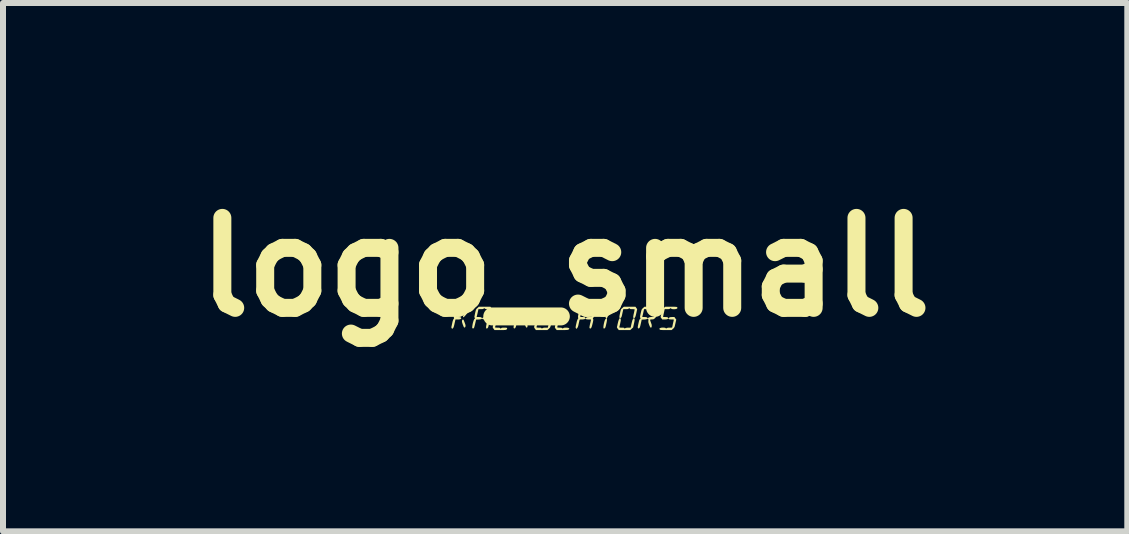
<source format=kicad_pcb>
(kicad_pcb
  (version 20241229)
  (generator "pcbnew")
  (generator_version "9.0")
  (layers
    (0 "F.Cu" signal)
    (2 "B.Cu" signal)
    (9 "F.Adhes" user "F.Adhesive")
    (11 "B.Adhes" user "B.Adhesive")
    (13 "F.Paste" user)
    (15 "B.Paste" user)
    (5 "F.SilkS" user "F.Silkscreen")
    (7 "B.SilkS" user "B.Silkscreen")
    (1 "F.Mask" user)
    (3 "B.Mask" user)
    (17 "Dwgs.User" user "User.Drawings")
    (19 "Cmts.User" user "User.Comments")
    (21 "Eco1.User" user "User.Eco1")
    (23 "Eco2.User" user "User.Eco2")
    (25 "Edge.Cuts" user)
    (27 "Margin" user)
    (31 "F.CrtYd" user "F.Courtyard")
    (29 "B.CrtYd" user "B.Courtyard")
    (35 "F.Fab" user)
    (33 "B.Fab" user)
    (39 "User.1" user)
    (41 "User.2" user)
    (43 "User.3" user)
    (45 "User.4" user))
  (footprint "logo_small"
    (layer "F.Cu")
    (at 6.371 1.404)
    (property "Reference" "logo_small" (at 0 0 0) (layer "F.SilkS") (effects (font (size 1.5 1.5) (thickness 0.3))))
    (attr board_only exclude_from_pos_files exclude_from_bom)
    (fp_poly (pts (xy -0.661 0.875) (xy -0.653 0.888) (xy -0.639 0.924) (xy -0.63 0.953) (xy -0.626 0.975) (xy -0.627 0.989) (xy -0.632 1.003) (xy -0.64 1.008) (xy -0.649 1.004) (xy -0.657 0.991) (xy -0.671 0.955) (xy -0.68 0.927) (xy -0.684 0.905) (xy -0.683 0.891) (xy -0.678 0.876) (xy -0.67 0.871)) (stroke (width 0) (type solid)) (fill yes) (layer "F.SilkS"))
    (fp_poly (pts (xy -0.566 0.705) (xy -0.567 0.716) (xy -0.567 0.719) (xy -0.572 0.732) (xy -0.583 0.75) (xy -0.601 0.773) (xy -0.611 0.787) (xy -0.633 0.812) (xy -0.649 0.828) (xy -0.66 0.836) (xy -0.667 0.836) (xy -0.668 0.827) (xy -0.667 0.818) (xy -0.663 0.805) (xy -0.653 0.789) (xy -0.64 0.77) (xy -0.624 0.75) (xy -0.609 0.731) (xy -0.594 0.715) (xy -0.582 0.705) (xy -0.575 0.701) (xy -0.568 0.701)) (stroke (width 0) (type solid)) (fill yes) (layer "F.SilkS"))
    (fp_poly (pts (xy -1.602 0.701) (xy -1.6 0.706) (xy -1.602 0.718) (xy -1.604 0.726) (xy -1.606 0.732) (xy -1.61 0.739) (xy -1.616 0.748) (xy -1.626 0.761) (xy -1.64 0.778) (xy -1.654 0.795) (xy -1.673 0.817) (xy -1.687 0.83) (xy -1.697 0.836) (xy -1.701 0.833) (xy -1.702 0.823) (xy -1.702 0.817) (xy -1.697 0.805) (xy -1.688 0.788) (xy -1.675 0.769) (xy -1.66 0.749) (xy -1.645 0.73) (xy -1.63 0.715) (xy -1.617 0.704) (xy -1.609 0.7)) (stroke (width 0) (type solid)) (fill yes) (layer "F.SilkS"))
    (fp_poly (pts (xy -1.7 0.873) (xy -1.695 0.877) (xy -1.689 0.887) (xy -1.683 0.903) (xy -1.676 0.921) (xy -1.667 0.945) (xy -1.662 0.962) (xy -1.66 0.974) (xy -1.661 0.984) (xy -1.661 0.988) (xy -1.668 1.002) (xy -1.676 1.007) (xy -1.681 1.006) (xy -1.686 1.002) (xy -1.692 0.992) (xy -1.698 0.975) (xy -1.705 0.959) (xy -1.713 0.934) (xy -1.718 0.917) (xy -1.72 0.904) (xy -1.719 0.893) (xy -1.719 0.892) (xy -1.714 0.878) (xy -1.705 0.873) (xy -1.705 0.873)) (stroke (width 0) (type solid)) (fill yes) (layer "F.SilkS"))
    (fp_poly (pts (xy -0.763 0.688) (xy -0.762 0.692) (xy -0.759 0.698) (xy -0.759 0.707) (xy -0.761 0.721) (xy -0.764 0.741) (xy -0.77 0.767) (xy -0.785 0.831) (xy -0.748 0.831) (xy -0.728 0.832) (xy -0.715 0.834) (xy -0.707 0.838) (xy -0.703 0.841) (xy -0.697 0.849) (xy -0.698 0.855) (xy -0.703 0.861) (xy -0.709 0.867) (xy -0.72 0.87) (xy -0.735 0.872) (xy -0.753 0.873) (xy -0.794 0.874) (xy -0.809 0.941) (xy -0.816 0.972) (xy -0.822 0.994) (xy -0.828 1.008) (xy -0.833 1.015) (xy -0.834 1.016) (xy -0.844 1.022) (xy -0.851 1.021) (xy -0.857 1.015) (xy -0.859 1.006) (xy -0.858 0.99) (xy -0.855 0.969) (xy -0.85 0.945) (xy -0.844 0.921) (xy -0.838 0.898) (xy -0.831 0.879) (xy -0.824 0.866) (xy -0.822 0.864) (xy -0.814 0.855) (xy -0.813 0.849) (xy -0.817 0.843) (xy -0.82 0.838) (xy -0.822 0.832) (xy -0.821 0.823) (xy -0.819 0.809) (xy -0.815 0.788) (xy -0.81 0.768) (xy -0.802 0.736) (xy -0.795 0.712) (xy -0.789 0.697) (xy -0.785 0.692) (xy -0.775 0.683) (xy -0.769 0.682)) (stroke (width 0) (type solid)) (fill yes) (layer "F.SilkS"))
    (fp_poly (pts (xy -1.804 0.684) (xy -1.798 0.69) (xy -1.795 0.695) (xy -1.793 0.701) (xy -1.794 0.71) (xy -1.796 0.723) (xy -1.8 0.744) (xy -1.804 0.762) (xy -1.81 0.786) (xy -1.814 0.806) (xy -1.817 0.82) (xy -1.819 0.827) (xy -1.819 0.828) (xy -1.814 0.829) (xy -1.802 0.831) (xy -1.785 0.831) (xy -1.781 0.831) (xy -1.762 0.832) (xy -1.749 0.833) (xy -1.742 0.836) (xy -1.736 0.842) (xy -1.736 0.843) (xy -1.731 0.851) (xy -1.733 0.857) (xy -1.74 0.863) (xy -1.749 0.868) (xy -1.764 0.871) (xy -1.786 0.872) (xy -1.79 0.872) (xy -1.828 0.872) (xy -1.839 0.921) (xy -1.846 0.952) (xy -1.851 0.974) (xy -1.856 0.99) (xy -1.859 1.001) (xy -1.863 1.008) (xy -1.868 1.014) (xy -1.871 1.017) (xy -1.883 1.029) (xy -1.891 1.018) (xy -1.896 1.006) (xy -1.895 0.99) (xy -1.894 0.989) (xy -1.891 0.975) (xy -1.887 0.956) (xy -1.882 0.933) (xy -1.88 0.922) (xy -1.873 0.895) (xy -1.865 0.874) (xy -1.859 0.864) (xy -1.852 0.854) (xy -1.852 0.845) (xy -1.854 0.842) (xy -1.856 0.835) (xy -1.856 0.824) (xy -1.853 0.807) (xy -1.849 0.783) (xy -1.845 0.765) (xy -1.838 0.737) (xy -1.833 0.717) (xy -1.828 0.703) (xy -1.823 0.695) (xy -1.818 0.69) (xy -1.81 0.684)) (stroke (width 0) (type solid)) (fill yes) (layer "F.SilkS"))
    (fp_poly (pts (xy -0.073 0.688) (xy -0.071 0.692) (xy -0.07 0.702) (xy -0.071 0.719) (xy -0.074 0.742) (xy -0.079 0.767) (xy -0.085 0.792) (xy -0.092 0.814) (xy -0.099 0.832) (xy -0.105 0.843) (xy -0.106 0.844) (xy -0.113 0.853) (xy -0.113 0.861) (xy -0.11 0.866) (xy -0.108 0.872) (xy -0.107 0.88) (xy -0.109 0.894) (xy -0.112 0.913) (xy -0.118 0.938) (xy -0.123 0.962) (xy -0.127 0.982) (xy -0.13 0.997) (xy -0.131 1.004) (xy -0.131 1.004) (xy -0.126 1.006) (xy -0.114 1.007) (xy -0.097 1.008) (xy -0.095 1.008) (xy -0.073 1.009) (xy -0.058 1.011) (xy -0.05 1.016) (xy -0.042 1.022) (xy -0.036 1.02) (xy -0.031 1.016) (xy -0.02 1.011) (xy -0.004 1.008) (xy 0.016 1.008) (xy 0.036 1.009) (xy 0.054 1.012) (xy 0.065 1.017) (xy 0.067 1.019) (xy 0.07 1.027) (xy 0.065 1.034) (xy 0.06 1.038) (xy 0.055 1.042) (xy 0.049 1.044) (xy 0.039 1.046) (xy 0.025 1.047) (xy 0.005 1.048) (xy -0.022 1.048) (xy -0.046 1.048) (xy -0.14 1.048) (xy -0.156 1.029) (xy -0.165 1.017) (xy -0.17 1.006) (xy -0.171 1.003) (xy -0.17 0.995) (xy -0.167 0.98) (xy -0.162 0.959) (xy -0.157 0.935) (xy -0.157 0.934) (xy -0.15 0.906) (xy -0.144 0.886) (xy -0.139 0.873) (xy -0.134 0.865) (xy -0.131 0.862) (xy -0.123 0.855) (xy -0.122 0.849) (xy -0.127 0.843) (xy -0.13 0.839) (xy -0.131 0.833) (xy -0.131 0.824) (xy -0.129 0.81) (xy -0.125 0.79) (xy -0.12 0.768) (xy -0.112 0.736) (xy -0.105 0.712) (xy -0.098 0.697) (xy -0.095 0.692) (xy -0.085 0.683) (xy -0.079 0.682)) (stroke (width 0) (type solid)) (fill yes) (layer "F.SilkS"))
    (fp_poly (pts (xy 0.762 0.66) (xy 0.787 0.661) (xy 0.805 0.661) (xy 0.818 0.662) (xy 0.825 0.664) (xy 0.83 0.667) (xy 0.833 0.669) (xy 0.838 0.676) (xy 0.837 0.682) (xy 0.83 0.689) (xy 0.822 0.695) (xy 0.812 0.699) (xy 0.798 0.7) (xy 0.78 0.7) (xy 0.76 0.701) (xy 0.748 0.702) (xy 0.742 0.704) (xy 0.739 0.709) (xy 0.738 0.712) (xy 0.736 0.721) (xy 0.732 0.738) (xy 0.727 0.759) (xy 0.723 0.778) (xy 0.716 0.809) (xy 0.708 0.83) (xy 0.701 0.843) (xy 0.7 0.844) (xy 0.693 0.854) (xy 0.693 0.86) (xy 0.695 0.864) (xy 0.698 0.869) (xy 0.698 0.877) (xy 0.697 0.889) (xy 0.694 0.908) (xy 0.689 0.934) (xy 0.687 0.94) (xy 0.681 0.968) (xy 0.676 0.988) (xy 0.672 1.002) (xy 0.667 1.01) (xy 0.662 1.016) (xy 0.66 1.018) (xy 0.65 1.024) (xy 0.645 1.024) (xy 0.641 1.016) (xy 0.64 1.016) (xy 0.638 1.004) (xy 0.639 0.986) (xy 0.642 0.963) (xy 0.647 0.938) (xy 0.653 0.913) (xy 0.66 0.891) (xy 0.667 0.874) (xy 0.674 0.865) (xy 0.682 0.857) (xy 0.682 0.851) (xy 0.678 0.844) (xy 0.675 0.838) (xy 0.674 0.831) (xy 0.675 0.819) (xy 0.678 0.802) (xy 0.682 0.783) (xy 0.688 0.76) (xy 0.692 0.739) (xy 0.696 0.723) (xy 0.697 0.717) (xy 0.7 0.7) (xy 0.663 0.7) (xy 0.643 0.7) (xy 0.63 0.698) (xy 0.621 0.694) (xy 0.617 0.69) (xy 0.612 0.683) (xy 0.613 0.678) (xy 0.62 0.67) (xy 0.625 0.667) (xy 0.631 0.664) (xy 0.64 0.663) (xy 0.653 0.661) (xy 0.672 0.661) (xy 0.698 0.66) (xy 0.729 0.66)) (stroke (width 0) (type solid)) (fill yes) (layer "F.SilkS"))
    (fp_poly (pts (xy -1.114 0.684) (xy -1.108 0.69) (xy -1.105 0.695) (xy -1.103 0.7) (xy -1.103 0.709) (xy -1.105 0.723) (xy -1.109 0.742) (xy -1.115 0.767) (xy -1.121 0.795) (xy -1.127 0.815) (xy -1.131 0.829) (xy -1.136 0.837) (xy -1.142 0.843) (xy -1.142 0.843) (xy -1.15 0.85) (xy -1.151 0.856) (xy -1.146 0.862) (xy -1.143 0.866) (xy -1.141 0.872) (xy -1.141 0.881) (xy -1.143 0.895) (xy -1.148 0.915) (xy -1.151 0.931) (xy -1.156 0.954) (xy -1.161 0.975) (xy -1.165 0.991) (xy -1.167 0.999) (xy -1.167 1.003) (xy -1.164 1.006) (xy -1.155 1.007) (xy -1.138 1.008) (xy -1.129 1.008) (xy -1.107 1.008) (xy -1.094 1.01) (xy -1.087 1.013) (xy -1.085 1.015) (xy -1.079 1.022) (xy -1.076 1.023) (xy -1.067 1.019) (xy -1.063 1.015) (xy -1.057 1.011) (xy -1.044 1.009) (xy -1.024 1.008) (xy -1.015 1.008) (xy -0.994 1.008) (xy -0.98 1.009) (xy -0.973 1.012) (xy -0.968 1.016) (xy -0.968 1.017) (xy -0.966 1.026) (xy -0.972 1.035) (xy -0.974 1.037) (xy -0.979 1.041) (xy -0.984 1.044) (xy -0.992 1.046) (xy -1.003 1.047) (xy -1.02 1.048) (xy -1.044 1.048) (xy -1.077 1.048) (xy -1.081 1.048) (xy -1.177 1.048) (xy -1.193 1.027) (xy -1.202 1.014) (xy -1.207 1.002) (xy -1.207 0.998) (xy -1.205 0.99) (xy -1.201 0.975) (xy -1.197 0.954) (xy -1.192 0.932) (xy -1.184 0.901) (xy -1.177 0.879) (xy -1.17 0.865) (xy -1.169 0.864) (xy -1.162 0.854) (xy -1.162 0.845) (xy -1.164 0.841) (xy -1.165 0.83) (xy -1.164 0.811) (xy -1.161 0.788) (xy -1.155 0.763) (xy -1.149 0.738) (xy -1.142 0.716) (xy -1.135 0.699) (xy -1.128 0.69) (xy -1.128 0.69) (xy -1.119 0.684)) (stroke (width 0) (type solid)) (fill yes) (layer "F.SilkS"))
    (fp_poly (pts (xy -0.187 0.689) (xy -0.186 0.692) (xy -0.184 0.704) (xy -0.185 0.722) (xy -0.189 0.745) (xy -0.194 0.77) (xy -0.2 0.795) (xy -0.207 0.817) (xy -0.214 0.834) (xy -0.22 0.842) (xy -0.227 0.85) (xy -0.228 0.857) (xy -0.224 0.863) (xy -0.222 0.869) (xy -0.221 0.876) (xy -0.222 0.888) (xy -0.224 0.904) (xy -0.229 0.928) (xy -0.232 0.94) (xy -0.238 0.966) (xy -0.243 0.985) (xy -0.247 0.998) (xy -0.252 1.007) (xy -0.259 1.015) (xy -0.268 1.024) (xy -0.271 1.027) (xy -0.295 1.048) (xy -0.391 1.048) (xy -0.487 1.048) (xy -0.503 1.027) (xy -0.512 1.014) (xy -0.516 1.002) (xy -0.517 0.998) (xy -0.515 0.99) (xy -0.511 0.975) (xy -0.506 0.954) (xy -0.501 0.932) (xy -0.494 0.901) (xy -0.486 0.879) (xy -0.48 0.865) (xy -0.478 0.864) (xy -0.472 0.854) (xy -0.472 0.845) (xy -0.474 0.841) (xy -0.475 0.83) (xy -0.474 0.811) (xy -0.47 0.788) (xy -0.465 0.763) (xy -0.458 0.738) (xy -0.451 0.716) (xy -0.444 0.699) (xy -0.438 0.69) (xy -0.438 0.69) (xy -0.429 0.684) (xy -0.423 0.684) (xy -0.418 0.69) (xy -0.414 0.695) (xy -0.413 0.7) (xy -0.413 0.709) (xy -0.415 0.723) (xy -0.419 0.742) (xy -0.424 0.767) (xy -0.431 0.795) (xy -0.436 0.815) (xy -0.441 0.829) (xy -0.446 0.837) (xy -0.451 0.843) (xy -0.452 0.843) (xy -0.46 0.85) (xy -0.46 0.856) (xy -0.456 0.862) (xy -0.452 0.866) (xy -0.451 0.872) (xy -0.451 0.881) (xy -0.453 0.895) (xy -0.457 0.915) (xy -0.461 0.931) (xy -0.466 0.954) (xy -0.471 0.975) (xy -0.475 0.991) (xy -0.477 0.999) (xy -0.477 1.003) (xy -0.474 1.006) (xy -0.464 1.007) (xy -0.448 1.008) (xy -0.439 1.008) (xy -0.418 1.008) (xy -0.404 1.01) (xy -0.397 1.013) (xy -0.394 1.016) (xy -0.39 1.022) (xy -0.384 1.021) (xy -0.376 1.016) (xy -0.363 1.011) (xy -0.344 1.008) (xy -0.326 1.008) (xy -0.288 1.008) (xy -0.277 0.959) (xy -0.27 0.928) (xy -0.265 0.906) (xy -0.261 0.89) (xy -0.257 0.88) (xy -0.253 0.872) (xy -0.249 0.867) (xy -0.247 0.864) (xy -0.24 0.855) (xy -0.24 0.847) (xy -0.242 0.843) (xy -0.245 0.837) (xy -0.245 0.828) (xy -0.244 0.815) (xy -0.24 0.795) (xy -0.235 0.768) (xy -0.235 0.768) (xy -0.228 0.739) (xy -0.223 0.718) (xy -0.218 0.704) (xy -0.213 0.695) (xy -0.207 0.689) (xy -0.201 0.685) (xy -0.193 0.683)) (stroke (width 0) (type solid)) (fill yes) (layer "F.SilkS"))
    (fp_poly (pts (xy 1.8 0.66) (xy 1.825 0.66) (xy 1.843 0.661) (xy 1.855 0.662) (xy 1.862 0.664) (xy 1.866 0.666) (xy 1.869 0.669) (xy 1.87 0.671) (xy 1.873 0.68) (xy 1.869 0.687) (xy 1.864 0.691) (xy 1.851 0.697) (xy 1.833 0.7) (xy 1.813 0.701) (xy 1.794 0.7) (xy 1.778 0.697) (xy 1.768 0.691) (xy 1.768 0.691) (xy 1.763 0.684) (xy 1.758 0.684) (xy 1.749 0.691) (xy 1.749 0.691) (xy 1.74 0.696) (xy 1.727 0.699) (xy 1.709 0.7) (xy 1.699 0.7) (xy 1.66 0.7) (xy 1.648 0.755) (xy 1.643 0.778) (xy 1.639 0.798) (xy 1.636 0.814) (xy 1.634 0.82) (xy 1.633 0.826) (xy 1.635 0.829) (xy 1.643 0.831) (xy 1.657 0.831) (xy 1.669 0.831) (xy 1.689 0.832) (xy 1.701 0.833) (xy 1.709 0.836) (xy 1.714 0.842) (xy 1.715 0.843) (xy 1.722 0.854) (xy 1.734 0.843) (xy 1.742 0.837) (xy 1.752 0.833) (xy 1.766 0.832) (xy 1.784 0.831) (xy 1.822 0.831) (xy 1.837 0.853) (xy 1.853 0.874) (xy 1.838 0.94) (xy 1.832 0.966) (xy 1.828 0.985) (xy 1.823 0.998) (xy 1.818 1.007) (xy 1.812 1.015) (xy 1.803 1.024) (xy 1.8 1.026) (xy 1.776 1.048) (xy 1.68 1.048) (xy 1.646 1.048) (xy 1.622 1.048) (xy 1.604 1.047) (xy 1.592 1.046) (xy 1.585 1.044) (xy 1.58 1.042) (xy 1.577 1.038) (xy 1.576 1.037) (xy 1.571 1.028) (xy 1.574 1.022) (xy 1.58 1.016) (xy 1.592 1.012) (xy 1.609 1.008) (xy 1.629 1.007) (xy 1.648 1.008) (xy 1.665 1.01) (xy 1.675 1.014) (xy 1.677 1.016) (xy 1.681 1.022) (xy 1.687 1.021) (xy 1.695 1.016) (xy 1.707 1.011) (xy 1.726 1.008) (xy 1.746 1.008) (xy 1.764 1.008) (xy 1.777 1.007) (xy 1.784 1.006) (xy 1.784 1.006) (xy 1.785 1) (xy 1.788 0.987) (xy 1.792 0.969) (xy 1.796 0.948) (xy 1.801 0.926) (xy 1.806 0.906) (xy 1.809 0.891) (xy 1.812 0.881) (xy 1.812 0.881) (xy 1.812 0.876) (xy 1.809 0.873) (xy 1.8 0.872) (xy 1.783 0.872) (xy 1.774 0.872) (xy 1.753 0.871) (xy 1.74 0.87) (xy 1.732 0.867) (xy 1.729 0.863) (xy 1.725 0.858) (xy 1.72 0.858) (xy 1.711 0.863) (xy 1.7 0.868) (xy 1.682 0.871) (xy 1.659 0.872) (xy 1.619 0.872) (xy 1.605 0.852) (xy 1.591 0.832) (xy 1.605 0.77) (xy 1.611 0.746) (xy 1.615 0.725) (xy 1.619 0.71) (xy 1.622 0.702) (xy 1.622 0.702) (xy 1.627 0.696) (xy 1.638 0.686) (xy 1.647 0.678) (xy 1.669 0.66) (xy 1.766 0.66)) (stroke (width 0) (type solid)) (fill yes) (layer "F.SilkS"))
    (fp_poly (pts (xy 1.187 0.68) (xy 1.201 0.7) (xy 1.187 0.766) (xy 1.18 0.795) (xy 1.175 0.815) (xy 1.169 0.829) (xy 1.164 0.839) (xy 1.161 0.842) (xy 1.153 0.851) (xy 1.152 0.858) (xy 1.156 0.864) (xy 1.158 0.869) (xy 1.159 0.877) (xy 1.158 0.889) (xy 1.155 0.906) (xy 1.15 0.931) (xy 1.148 0.94) (xy 1.134 1.005) (xy 1.11 1.026) (xy 1.086 1.048) (xy 0.99 1.048) (xy 0.894 1.048) (xy 0.878 1.027) (xy 0.869 1.014) (xy 0.864 1.002) (xy 0.864 1.002) (xy 0.904 1.002) (xy 0.906 1.005) (xy 0.912 1.007) (xy 0.926 1.008) (xy 0.942 1.008) (xy 0.964 1.008) (xy 0.977 1.01) (xy 0.984 1.013) (xy 0.986 1.015) (xy 0.99 1.022) (xy 0.997 1.021) (xy 1.006 1.015) (xy 1.018 1.011) (xy 1.04 1.008) (xy 1.054 1.008) (xy 1.093 1.008) (xy 1.103 0.959) (xy 1.11 0.928) (xy 1.116 0.906) (xy 1.12 0.89) (xy 1.123 0.88) (xy 1.127 0.872) (xy 1.131 0.867) (xy 1.134 0.864) (xy 1.141 0.855) (xy 1.141 0.847) (xy 1.138 0.843) (xy 1.136 0.837) (xy 1.135 0.828) (xy 1.137 0.815) (xy 1.14 0.795) (xy 1.146 0.77) (xy 1.151 0.746) (xy 1.155 0.726) (xy 1.158 0.711) (xy 1.159 0.704) (xy 1.159 0.704) (xy 1.154 0.702) (xy 1.142 0.701) (xy 1.125 0.7) (xy 1.121 0.7) (xy 1.101 0.7) (xy 1.089 0.698) (xy 1.081 0.695) (xy 1.077 0.691) (xy 1.073 0.684) (xy 1.068 0.684) (xy 1.059 0.691) (xy 1.059 0.691) (xy 1.05 0.696) (xy 1.037 0.699) (xy 1.019 0.7) (xy 1.008 0.7) (xy 0.97 0.7) (xy 0.955 0.768) (xy 0.949 0.797) (xy 0.944 0.817) (xy 0.939 0.83) (xy 0.935 0.838) (xy 0.93 0.843) (xy 0.929 0.844) (xy 0.921 0.85) (xy 0.921 0.857) (xy 0.924 0.863) (xy 0.927 0.868) (xy 0.928 0.875) (xy 0.928 0.884) (xy 0.926 0.898) (xy 0.922 0.918) (xy 0.917 0.944) (xy 0.909 0.978) (xy 0.904 0.996) (xy 0.904 1.002) (xy 0.864 1.002) (xy 0.864 0.998) (xy 0.866 0.99) (xy 0.87 0.975) (xy 0.874 0.954) (xy 0.879 0.932) (xy 0.887 0.9) (xy 0.895 0.877) (xy 0.902 0.864) (xy 0.902 0.864) (xy 0.909 0.854) (xy 0.909 0.846) (xy 0.907 0.842) (xy 0.905 0.835) (xy 0.905 0.825) (xy 0.907 0.809) (xy 0.911 0.787) (xy 0.915 0.769) (xy 0.92 0.745) (xy 0.925 0.725) (xy 0.929 0.71) (xy 0.931 0.702) (xy 0.932 0.702) (xy 0.937 0.696) (xy 0.948 0.686) (xy 0.957 0.678) (xy 0.978 0.66) (xy 1.076 0.66) (xy 1.173 0.66)) (stroke (width 0) (type solid)) (fill yes) (layer "F.SilkS"))
    (fp_poly (pts (xy 1.531 0.68) (xy 1.547 0.699) (xy 1.532 0.767) (xy 1.525 0.794) (xy 1.52 0.813) (xy 1.516 0.826) (xy 1.511 0.836) (xy 1.505 0.843) (xy 1.497 0.851) (xy 1.495 0.853) (xy 1.481 0.864) (xy 1.47 0.869) (xy 1.456 0.871) (xy 1.445 0.871) (xy 1.426 0.873) (xy 1.417 0.875) (xy 1.416 0.878) (xy 1.418 0.886) (xy 1.422 0.9) (xy 1.429 0.918) (xy 1.431 0.925) (xy 1.439 0.947) (xy 1.444 0.964) (xy 1.444 0.978) (xy 1.444 0.986) (xy 1.441 1) (xy 1.436 1.006) (xy 1.429 1.008) (xy 1.424 1.006) (xy 1.419 1.001) (xy 1.413 0.99) (xy 1.405 0.972) (xy 1.401 0.962) (xy 1.393 0.938) (xy 1.388 0.92) (xy 1.387 0.906) (xy 1.388 0.893) (xy 1.388 0.892) (xy 1.389 0.875) (xy 1.386 0.865) (xy 1.383 0.862) (xy 1.376 0.858) (xy 1.368 0.862) (xy 1.367 0.863) (xy 1.356 0.868) (xy 1.339 0.871) (xy 1.317 0.873) (xy 1.277 0.874) (xy 1.262 0.941) (xy 1.255 0.972) (xy 1.249 0.994) (xy 1.243 1.008) (xy 1.238 1.015) (xy 1.237 1.016) (xy 1.227 1.022) (xy 1.22 1.021) (xy 1.214 1.015) (xy 1.212 1.01) (xy 1.211 1.002) (xy 1.212 0.989) (xy 1.216 0.97) (xy 1.221 0.943) (xy 1.222 0.941) (xy 1.228 0.913) (xy 1.233 0.893) (xy 1.238 0.879) (xy 1.243 0.87) (xy 1.248 0.864) (xy 1.249 0.863) (xy 1.258 0.856) (xy 1.259 0.85) (xy 1.254 0.843) (xy 1.25 0.839) (xy 1.249 0.833) (xy 1.249 0.831) (xy 1.286 0.831) (xy 1.322 0.831) (xy 1.343 0.832) (xy 1.356 0.834) (xy 1.364 0.838) (xy 1.368 0.841) (xy 1.374 0.848) (xy 1.38 0.848) (xy 1.389 0.843) (xy 1.391 0.842) (xy 1.403 0.835) (xy 1.422 0.832) (xy 1.441 0.83) (xy 1.478 0.829) (xy 1.489 0.778) (xy 1.494 0.756) (xy 1.498 0.735) (xy 1.502 0.72) (xy 1.503 0.714) (xy 1.507 0.7) (xy 1.467 0.7) (xy 1.446 0.7) (xy 1.432 0.698) (xy 1.426 0.695) (xy 1.424 0.693) (xy 1.418 0.686) (xy 1.414 0.685) (xy 1.405 0.689) (xy 1.401 0.693) (xy 1.394 0.697) (xy 1.381 0.699) (xy 1.359 0.7) (xy 1.355 0.7) (xy 1.316 0.7) (xy 1.305 0.75) (xy 1.3 0.773) (xy 1.295 0.794) (xy 1.291 0.81) (xy 1.29 0.815) (xy 1.286 0.831) (xy 1.249 0.831) (xy 1.249 0.825) (xy 1.251 0.812) (xy 1.255 0.792) (xy 1.26 0.768) (xy 1.266 0.742) (xy 1.271 0.723) (xy 1.275 0.71) (xy 1.28 0.701) (xy 1.287 0.693) (xy 1.295 0.684) (xy 1.299 0.681) (xy 1.322 0.66) (xy 1.419 0.66) (xy 1.516 0.66)) (stroke (width 0) (type solid)) (fill yes) (layer "F.SilkS"))
    (fp_poly (pts (xy -1.23 0.68) (xy -1.215 0.699) (xy -1.229 0.766) (xy -1.237 0.798) (xy -1.243 0.821) (xy -1.249 0.836) (xy -1.255 0.844) (xy -1.262 0.854) (xy -1.262 0.86) (xy -1.26 0.864) (xy -1.257 0.869) (xy -1.257 0.877) (xy -1.258 0.89) (xy -1.262 0.91) (xy -1.267 0.937) (xy -1.268 0.94) (xy -1.274 0.968) (xy -1.279 0.988) (xy -1.283 1.001) (xy -1.288 1.01) (xy -1.293 1.016) (xy -1.295 1.018) (xy -1.305 1.024) (xy -1.31 1.024) (xy -1.315 1.016) (xy -1.315 1.015) (xy -1.318 1.009) (xy -1.318 1) (xy -1.317 0.988) (xy -1.314 0.97) (xy -1.309 0.944) (xy -1.308 0.941) (xy -1.303 0.917) (xy -1.299 0.897) (xy -1.296 0.883) (xy -1.295 0.876) (xy -1.295 0.875) (xy -1.3 0.874) (xy -1.312 0.872) (xy -1.329 0.872) (xy -1.331 0.872) (xy -1.353 0.871) (xy -1.368 0.868) (xy -1.376 0.863) (xy -1.384 0.858) (xy -1.39 0.86) (xy -1.395 0.863) (xy -1.405 0.868) (xy -1.422 0.871) (xy -1.444 0.873) (xy -1.484 0.874) (xy -1.499 0.94) (xy -1.505 0.965) (xy -1.511 0.988) (xy -1.516 1.004) (xy -1.52 1.014) (xy -1.521 1.015) (xy -1.532 1.022) (xy -1.542 1.02) (xy -1.547 1.015) (xy -1.549 1.006) (xy -1.548 0.99) (xy -1.545 0.969) (xy -1.541 0.945) (xy -1.535 0.921) (xy -1.528 0.898) (xy -1.521 0.879) (xy -1.514 0.866) (xy -1.512 0.864) (xy -1.504 0.855) (xy -1.503 0.849) (xy -1.507 0.843) (xy -1.51 0.838) (xy -1.512 0.832) (xy -1.512 0.831) (xy -1.476 0.831) (xy -1.439 0.831) (xy -1.419 0.832) (xy -1.406 0.834) (xy -1.397 0.838) (xy -1.393 0.841) (xy -1.387 0.848) (xy -1.381 0.848) (xy -1.372 0.843) (xy -1.371 0.842) (xy -1.358 0.835) (xy -1.339 0.832) (xy -1.32 0.83) (xy -1.283 0.829) (xy -1.271 0.776) (xy -1.266 0.753) (xy -1.262 0.733) (xy -1.258 0.718) (xy -1.257 0.712) (xy -1.256 0.706) (xy -1.258 0.703) (xy -1.266 0.701) (xy -1.28 0.7) (xy -1.292 0.7) (xy -1.314 0.7) (xy -1.328 0.697) (xy -1.335 0.693) (xy -1.344 0.686) (xy -1.348 0.685) (xy -1.356 0.689) (xy -1.36 0.693) (xy -1.367 0.697) (xy -1.381 0.699) (xy -1.402 0.7) (xy -1.406 0.7) (xy -1.445 0.7) (xy -1.456 0.75) (xy -1.461 0.773) (xy -1.466 0.794) (xy -1.47 0.81) (xy -1.471 0.815) (xy -1.476 0.831) (xy -1.512 0.831) (xy -1.512 0.823) (xy -1.509 0.809) (xy -1.505 0.788) (xy -1.501 0.768) (xy -1.495 0.742) (xy -1.49 0.723) (xy -1.486 0.71) (xy -1.481 0.701) (xy -1.475 0.693) (xy -1.466 0.685) (xy -1.462 0.682) (xy -1.439 0.66) (xy -1.342 0.66) (xy -1.245 0.66)) (stroke (width 0) (type solid)) (fill yes) (layer "F.SilkS"))
    (fp_poly (pts (xy 0.496 0.68) (xy 0.511 0.701) (xy 0.497 0.766) (xy 0.49 0.795) (xy 0.484 0.816) (xy 0.479 0.83) (xy 0.473 0.839) (xy 0.471 0.842) (xy 0.463 0.85) (xy 0.463 0.857) (xy 0.466 0.863) (xy 0.469 0.869) (xy 0.47 0.876) (xy 0.469 0.888) (xy 0.466 0.904) (xy 0.461 0.928) (xy 0.458 0.939) (xy 0.449 0.975) (xy 0.441 1) (xy 0.432 1.016) (xy 0.424 1.023) (xy 0.415 1.022) (xy 0.408 1.016) (xy 0.406 1.01) (xy 0.406 1.001) (xy 0.408 0.986) (xy 0.412 0.964) (xy 0.415 0.949) (xy 0.421 0.925) (xy 0.426 0.904) (xy 0.429 0.888) (xy 0.431 0.881) (xy 0.432 0.876) (xy 0.428 0.873) (xy 0.419 0.872) (xy 0.402 0.872) (xy 0.394 0.872) (xy 0.372 0.871) (xy 0.359 0.87) (xy 0.352 0.867) (xy 0.348 0.863) (xy 0.344 0.858) (xy 0.339 0.858) (xy 0.331 0.863) (xy 0.318 0.868) (xy 0.299 0.871) (xy 0.28 0.872) (xy 0.26 0.872) (xy 0.248 0.873) (xy 0.242 0.876) (xy 0.24 0.881) (xy 0.238 0.889) (xy 0.235 0.905) (xy 0.23 0.925) (xy 0.226 0.945) (xy 0.22 0.972) (xy 0.214 0.992) (xy 0.208 1.005) (xy 0.201 1.015) (xy 0.188 1.03) (xy 0.18 1.017) (xy 0.177 1.012) (xy 0.175 1.005) (xy 0.176 0.996) (xy 0.178 0.982) (xy 0.182 0.962) (xy 0.187 0.94) (xy 0.195 0.905) (xy 0.203 0.881) (xy 0.21 0.866) (xy 0.212 0.864) (xy 0.219 0.854) (xy 0.219 0.846) (xy 0.217 0.842) (xy 0.215 0.835) (xy 0.215 0.826) (xy 0.253 0.826) (xy 0.255 0.829) (xy 0.262 0.831) (xy 0.275 0.831) (xy 0.289 0.831) (xy 0.309 0.832) (xy 0.322 0.833) (xy 0.329 0.836) (xy 0.334 0.841) (xy 0.34 0.849) (xy 0.343 0.852) (xy 0.348 0.848) (xy 0.355 0.841) (xy 0.362 0.836) (xy 0.371 0.833) (xy 0.385 0.832) (xy 0.403 0.831) (xy 0.442 0.831) (xy 0.455 0.77) (xy 0.46 0.746) (xy 0.465 0.726) (xy 0.468 0.711) (xy 0.469 0.704) (xy 0.469 0.704) (xy 0.464 0.702) (xy 0.452 0.701) (xy 0.434 0.7) (xy 0.431 0.7) (xy 0.411 0.7) (xy 0.398 0.698) (xy 0.391 0.695) (xy 0.387 0.691) (xy 0.382 0.684) (xy 0.378 0.684) (xy 0.369 0.691) (xy 0.369 0.691) (xy 0.359 0.696) (xy 0.347 0.699) (xy 0.328 0.7) (xy 0.318 0.7) (xy 0.279 0.7) (xy 0.268 0.755) (xy 0.263 0.778) (xy 0.259 0.798) (xy 0.255 0.814) (xy 0.254 0.82) (xy 0.253 0.826) (xy 0.215 0.826) (xy 0.215 0.825) (xy 0.217 0.809) (xy 0.221 0.787) (xy 0.225 0.769) (xy 0.23 0.745) (xy 0.235 0.725) (xy 0.239 0.71) (xy 0.241 0.702) (xy 0.241 0.702) (xy 0.247 0.696) (xy 0.257 0.686) (xy 0.266 0.678) (xy 0.288 0.66) (xy 0.385 0.66) (xy 0.482 0.66)) (stroke (width 0) (type solid)) (fill yes) (layer "F.SilkS")))
  (gr_rect
    (start -3 -3)
    (end 15.743 5.808)
    (stroke (width 0.1) (type default))
    (fill no)
    (layer "Edge.Cuts")))
</source>
